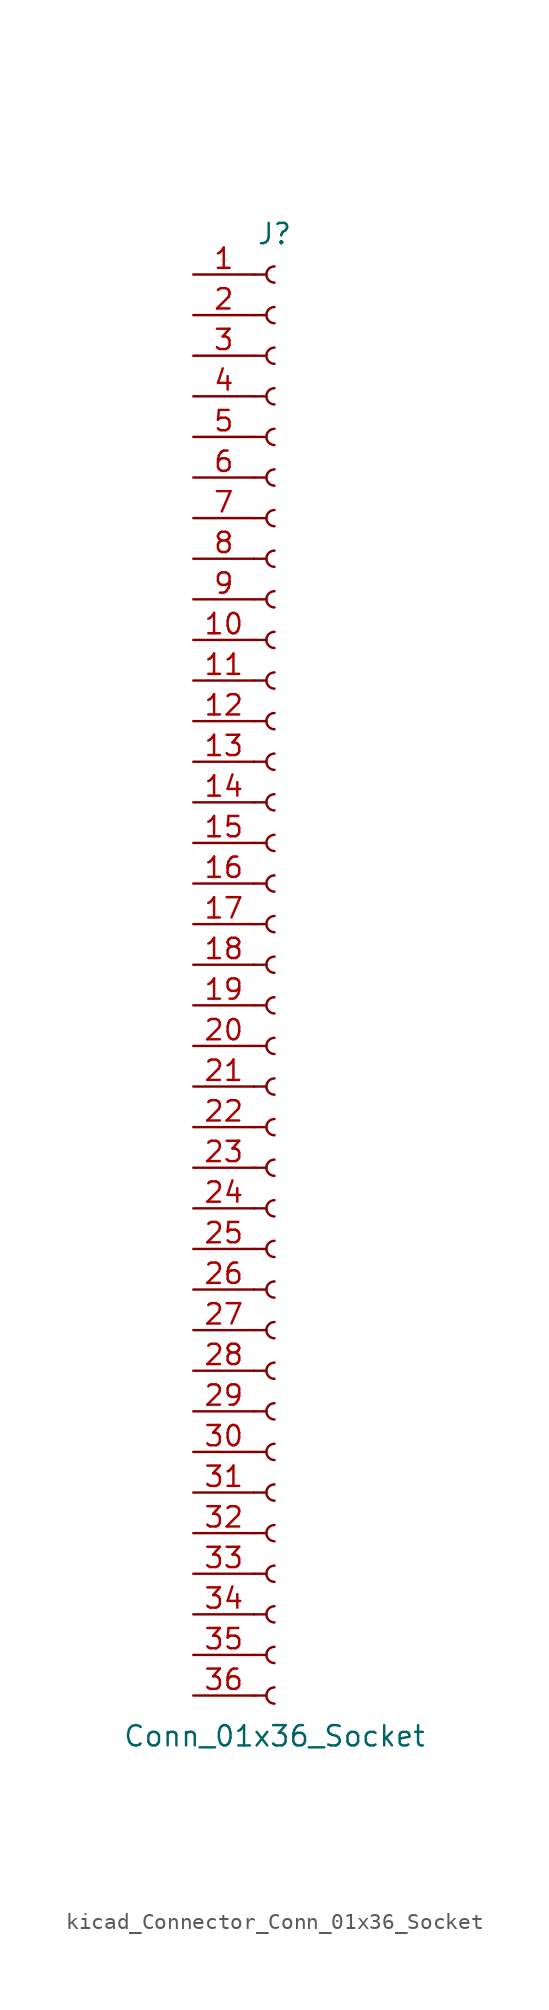
<source format=kicad_sym>
(kicad_symbol_lib
  (version 20220914)
  (generator kicad_symbol_editor)
  (symbol "kicad_Connector_Conn_01x36_Socket"
    (pin_names
      (offset 1.016) hide)
    (property "Reference" "J"
      (at 0 45.72 0)
      (effects (font (size 1.27 1.27))))
    (property "Value" "Conn_01x36_Socket"
      (at 0 -48.26 0)
      (effects (font (size 1.27 1.27))))
    (property "ki_locked" ""
      (at 0 0 0)
      (effects (font (size 1.27 1.27))))
    (symbol "kicad_Connector_Conn_01x36_Socket_1_1"
      (arc (start 0 -45.212) (mid -0.5058 -45.72) (end 0 -46.228) (stroke (width 0.1524) (type default)) (fill (type none)))
      (arc (start 0 -42.672) (mid -0.5058 -43.18) (end 0 -43.688) (stroke (width 0.1524) (type default)) (fill (type none)))
      (arc (start 0 -40.132) (mid -0.5058 -40.64) (end 0 -41.148) (stroke (width 0.1524) (type default)) (fill (type none)))
      (arc (start 0 -37.592) (mid -0.5058 -38.1) (end 0 -38.608) (stroke (width 0.1524) (type default)) (fill (type none)))
      (arc (start 0 -35.052) (mid -0.5058 -35.56) (end 0 -36.068) (stroke (width 0.1524) (type default)) (fill (type none)))
      (arc (start 0 -32.512) (mid -0.5058 -33.02) (end 0 -33.528) (stroke (width 0.1524) (type default)) (fill (type none)))
      (arc (start 0 -29.972) (mid -0.5058 -30.48) (end 0 -30.988) (stroke (width 0.1524) (type default)) (fill (type none)))
      (arc (start 0 -27.432) (mid -0.5058 -27.94) (end 0 -28.448) (stroke (width 0.1524) (type default)) (fill (type none)))
      (arc (start 0 -24.892) (mid -0.5058 -25.4) (end 0 -25.908) (stroke (width 0.1524) (type default)) (fill (type none)))
      (arc (start 0 -22.352) (mid -0.5058 -22.86) (end 0 -23.368) (stroke (width 0.1524) (type default)) (fill (type none)))
      (arc (start 0 -19.812) (mid -0.5058 -20.32) (end 0 -20.828) (stroke (width 0.1524) (type default)) (fill (type none)))
      (arc (start 0 -17.272) (mid -0.5058 -17.78) (end 0 -18.288) (stroke (width 0.1524) (type default)) (fill (type none)))
      (arc (start 0 -14.732) (mid -0.5058 -15.24) (end 0 -15.748) (stroke (width 0.1524) (type default)) (fill (type none)))
      (arc (start 0 -12.192) (mid -0.5058 -12.7) (end 0 -13.208) (stroke (width 0.1524) (type default)) (fill (type none)))
      (arc (start 0 -9.652) (mid -0.5058 -10.16) (end 0 -10.668) (stroke (width 0.1524) (type default)) (fill (type none)))
      (arc (start 0 -7.112) (mid -0.5058 -7.62) (end 0 -8.128) (stroke (width 0.1524) (type default)) (fill (type none)))
      (arc (start 0 -4.572) (mid -0.5058 -5.08) (end 0 -5.588) (stroke (width 0.1524) (type default)) (fill (type none)))
      (arc (start 0 -2.032) (mid -0.5058 -2.54) (end 0 -3.048) (stroke (width 0.1524) (type default)) (fill (type none)))
      (polyline (pts (xy -1.27 -45.72) (xy -0.508 -45.72)) (stroke (width 0.152) (type default)) (fill (type none)))
      (polyline (pts (xy -1.27 -43.18) (xy -0.508 -43.18)) (stroke (width 0.152) (type default)) (fill (type none)))
      (polyline (pts (xy -1.27 -40.64) (xy -0.508 -40.64)) (stroke (width 0.152) (type default)) (fill (type none)))
      (polyline (pts (xy -1.27 -38.1) (xy -0.508 -38.1)) (stroke (width 0.152) (type default)) (fill (type none)))
      (polyline (pts (xy -1.27 -35.56) (xy -0.508 -35.56)) (stroke (width 0.152) (type default)) (fill (type none)))
      (polyline (pts (xy -1.27 -33.02) (xy -0.508 -33.02)) (stroke (width 0.152) (type default)) (fill (type none)))
      (polyline (pts (xy -1.27 -30.48) (xy -0.508 -30.48)) (stroke (width 0.152) (type default)) (fill (type none)))
      (polyline (pts (xy -1.27 -27.94) (xy -0.508 -27.94)) (stroke (width 0.152) (type default)) (fill (type none)))
      (polyline (pts (xy -1.27 -25.4) (xy -0.508 -25.4)) (stroke (width 0.152) (type default)) (fill (type none)))
      (polyline (pts (xy -1.27 -22.86) (xy -0.508 -22.86)) (stroke (width 0.152) (type default)) (fill (type none)))
      (polyline (pts (xy -1.27 -20.32) (xy -0.508 -20.32)) (stroke (width 0.152) (type default)) (fill (type none)))
      (polyline (pts (xy -1.27 -17.78) (xy -0.508 -17.78)) (stroke (width 0.152) (type default)) (fill (type none)))
      (polyline (pts (xy -1.27 -15.24) (xy -0.508 -15.24)) (stroke (width 0.152) (type default)) (fill (type none)))
      (polyline (pts (xy -1.27 -12.7) (xy -0.508 -12.7)) (stroke (width 0.152) (type default)) (fill (type none)))
      (polyline (pts (xy -1.27 -10.16) (xy -0.508 -10.16)) (stroke (width 0.152) (type default)) (fill (type none)))
      (polyline (pts (xy -1.27 -7.62) (xy -0.508 -7.62)) (stroke (width 0.152) (type default)) (fill (type none)))
      (polyline (pts (xy -1.27 -5.08) (xy -0.508 -5.08)) (stroke (width 0.152) (type default)) (fill (type none)))
      (polyline (pts (xy -1.27 -2.54) (xy -0.508 -2.54)) (stroke (width 0.152) (type default)) (fill (type none)))
      (polyline (pts (xy -1.27 0) (xy -0.508 0)) (stroke (width 0.152) (type default)) (fill (type none)))
      (polyline (pts (xy -1.27 2.54) (xy -0.508 2.54)) (stroke (width 0.152) (type default)) (fill (type none)))
      (polyline (pts (xy -1.27 5.08) (xy -0.508 5.08)) (stroke (width 0.152) (type default)) (fill (type none)))
      (polyline (pts (xy -1.27 7.62) (xy -0.508 7.62)) (stroke (width 0.152) (type default)) (fill (type none)))
      (polyline (pts (xy -1.27 10.16) (xy -0.508 10.16)) (stroke (width 0.152) (type default)) (fill (type none)))
      (polyline (pts (xy -1.27 12.7) (xy -0.508 12.7)) (stroke (width 0.152) (type default)) (fill (type none)))
      (polyline (pts (xy -1.27 15.24) (xy -0.508 15.24)) (stroke (width 0.152) (type default)) (fill (type none)))
      (polyline (pts (xy -1.27 17.78) (xy -0.508 17.78)) (stroke (width 0.152) (type default)) (fill (type none)))
      (polyline (pts (xy -1.27 20.32) (xy -0.508 20.32)) (stroke (width 0.152) (type default)) (fill (type none)))
      (polyline (pts (xy -1.27 22.86) (xy -0.508 22.86)) (stroke (width 0.152) (type default)) (fill (type none)))
      (polyline (pts (xy -1.27 25.4) (xy -0.508 25.4)) (stroke (width 0.152) (type default)) (fill (type none)))
      (polyline (pts (xy -1.27 27.94) (xy -0.508 27.94)) (stroke (width 0.152) (type default)) (fill (type none)))
      (polyline (pts (xy -1.27 30.48) (xy -0.508 30.48)) (stroke (width 0.152) (type default)) (fill (type none)))
      (polyline (pts (xy -1.27 33.02) (xy -0.508 33.02)) (stroke (width 0.152) (type default)) (fill (type none)))
      (polyline (pts (xy -1.27 35.56) (xy -0.508 35.56)) (stroke (width 0.152) (type default)) (fill (type none)))
      (polyline (pts (xy -1.27 38.1) (xy -0.508 38.1)) (stroke (width 0.152) (type default)) (fill (type none)))
      (polyline (pts (xy -1.27 40.64) (xy -0.508 40.64)) (stroke (width 0.152) (type default)) (fill (type none)))
      (polyline (pts (xy -1.27 43.18) (xy -0.508 43.18)) (stroke (width 0.152) (type default)) (fill (type none)))
      (arc (start 0 0.508) (mid -0.5058 0) (end 0 -0.508) (stroke (width 0.1524) (type default)) (fill (type none)))
      (arc (start 0 3.048) (mid -0.5058 2.54) (end 0 2.032) (stroke (width 0.1524) (type default)) (fill (type none)))
      (arc (start 0 5.588) (mid -0.5058 5.08) (end 0 4.572) (stroke (width 0.1524) (type default)) (fill (type none)))
      (arc (start 0 8.128) (mid -0.5058 7.62) (end 0 7.112) (stroke (width 0.1524) (type default)) (fill (type none)))
      (arc (start 0 10.668) (mid -0.5058 10.16) (end 0 9.652) (stroke (width 0.1524) (type default)) (fill (type none)))
      (arc (start 0 13.208) (mid -0.5058 12.7) (end 0 12.192) (stroke (width 0.1524) (type default)) (fill (type none)))
      (arc (start 0 15.748) (mid -0.5058 15.24) (end 0 14.732) (stroke (width 0.1524) (type default)) (fill (type none)))
      (arc (start 0 18.288) (mid -0.5058 17.78) (end 0 17.272) (stroke (width 0.1524) (type default)) (fill (type none)))
      (arc (start 0 20.828) (mid -0.5058 20.32) (end 0 19.812) (stroke (width 0.1524) (type default)) (fill (type none)))
      (arc (start 0 23.368) (mid -0.5058 22.86) (end 0 22.352) (stroke (width 0.1524) (type default)) (fill (type none)))
      (arc (start 0 25.908) (mid -0.5058 25.4) (end 0 24.892) (stroke (width 0.1524) (type default)) (fill (type none)))
      (arc (start 0 28.448) (mid -0.5058 27.94) (end 0 27.432) (stroke (width 0.1524) (type default)) (fill (type none)))
      (arc (start 0 30.988) (mid -0.5058 30.48) (end 0 29.972) (stroke (width 0.1524) (type default)) (fill (type none)))
      (arc (start 0 33.528) (mid -0.5058 33.02) (end 0 32.512) (stroke (width 0.1524) (type default)) (fill (type none)))
      (arc (start 0 36.068) (mid -0.5058 35.56) (end 0 35.052) (stroke (width 0.1524) (type default)) (fill (type none)))
      (arc (start 0 38.608) (mid -0.5058 38.1) (end 0 37.592) (stroke (width 0.1524) (type default)) (fill (type none)))
      (arc (start 0 41.148) (mid -0.5058 40.64) (end 0 40.132) (stroke (width 0.1524) (type default)) (fill (type none)))
      (arc (start 0 43.688) (mid -0.5058 43.18) (end 0 42.672) (stroke (width 0.1524) (type default)) (fill (type none)))
      (pin passive line (at -5.08 43.18 0) (length 3.81) (name "Pin_1" (effects (font (size 1.27 1.27)))) (number "1" (effects (font (size 1.27 1.27)))))
      (pin passive line (at -5.08 20.32 0) (length 3.81) (name "Pin_10" (effects (font (size 1.27 1.27)))) (number "10" (effects (font (size 1.27 1.27)))))
      (pin passive line (at -5.08 17.78 0) (length 3.81) (name "Pin_11" (effects (font (size 1.27 1.27)))) (number "11" (effects (font (size 1.27 1.27)))))
      (pin passive line (at -5.08 15.24 0) (length 3.81) (name "Pin_12" (effects (font (size 1.27 1.27)))) (number "12" (effects (font (size 1.27 1.27)))))
      (pin passive line (at -5.08 12.7 0) (length 3.81) (name "Pin_13" (effects (font (size 1.27 1.27)))) (number "13" (effects (font (size 1.27 1.27)))))
      (pin passive line (at -5.08 10.16 0) (length 3.81) (name "Pin_14" (effects (font (size 1.27 1.27)))) (number "14" (effects (font (size 1.27 1.27)))))
      (pin passive line (at -5.08 7.62 0) (length 3.81) (name "Pin_15" (effects (font (size 1.27 1.27)))) (number "15" (effects (font (size 1.27 1.27)))))
      (pin passive line (at -5.08 5.08 0) (length 3.81) (name "Pin_16" (effects (font (size 1.27 1.27)))) (number "16" (effects (font (size 1.27 1.27)))))
      (pin passive line (at -5.08 2.54 0) (length 3.81) (name "Pin_17" (effects (font (size 1.27 1.27)))) (number "17" (effects (font (size 1.27 1.27)))))
      (pin passive line (at -5.08 0 0) (length 3.81) (name "Pin_18" (effects (font (size 1.27 1.27)))) (number "18" (effects (font (size 1.27 1.27)))))
      (pin passive line (at -5.08 -2.54 0) (length 3.81) (name "Pin_19" (effects (font (size 1.27 1.27)))) (number "19" (effects (font (size 1.27 1.27)))))
      (pin passive line (at -5.08 40.64 0) (length 3.81) (name "Pin_2" (effects (font (size 1.27 1.27)))) (number "2" (effects (font (size 1.27 1.27)))))
      (pin passive line (at -5.08 -5.08 0) (length 3.81) (name "Pin_20" (effects (font (size 1.27 1.27)))) (number "20" (effects (font (size 1.27 1.27)))))
      (pin passive line (at -5.08 -7.62 0) (length 3.81) (name "Pin_21" (effects (font (size 1.27 1.27)))) (number "21" (effects (font (size 1.27 1.27)))))
      (pin passive line (at -5.08 -10.16 0) (length 3.81) (name "Pin_22" (effects (font (size 1.27 1.27)))) (number "22" (effects (font (size 1.27 1.27)))))
      (pin passive line (at -5.08 -12.7 0) (length 3.81) (name "Pin_23" (effects (font (size 1.27 1.27)))) (number "23" (effects (font (size 1.27 1.27)))))
      (pin passive line (at -5.08 -15.24 0) (length 3.81) (name "Pin_24" (effects (font (size 1.27 1.27)))) (number "24" (effects (font (size 1.27 1.27)))))
      (pin passive line (at -5.08 -17.78 0) (length 3.81) (name "Pin_25" (effects (font (size 1.27 1.27)))) (number "25" (effects (font (size 1.27 1.27)))))
      (pin passive line (at -5.08 -20.32 0) (length 3.81) (name "Pin_26" (effects (font (size 1.27 1.27)))) (number "26" (effects (font (size 1.27 1.27)))))
      (pin passive line (at -5.08 -22.86 0) (length 3.81) (name "Pin_27" (effects (font (size 1.27 1.27)))) (number "27" (effects (font (size 1.27 1.27)))))
      (pin passive line (at -5.08 -25.4 0) (length 3.81) (name "Pin_28" (effects (font (size 1.27 1.27)))) (number "28" (effects (font (size 1.27 1.27)))))
      (pin passive line (at -5.08 -27.94 0) (length 3.81) (name "Pin_29" (effects (font (size 1.27 1.27)))) (number "29" (effects (font (size 1.27 1.27)))))
      (pin passive line (at -5.08 38.1 0) (length 3.81) (name "Pin_3" (effects (font (size 1.27 1.27)))) (number "3" (effects (font (size 1.27 1.27)))))
      (pin passive line (at -5.08 -30.48 0) (length 3.81) (name "Pin_30" (effects (font (size 1.27 1.27)))) (number "30" (effects (font (size 1.27 1.27)))))
      (pin passive line (at -5.08 -33.02 0) (length 3.81) (name "Pin_31" (effects (font (size 1.27 1.27)))) (number "31" (effects (font (size 1.27 1.27)))))
      (pin passive line (at -5.08 -35.56 0) (length 3.81) (name "Pin_32" (effects (font (size 1.27 1.27)))) (number "32" (effects (font (size 1.27 1.27)))))
      (pin passive line (at -5.08 -38.1 0) (length 3.81) (name "Pin_33" (effects (font (size 1.27 1.27)))) (number "33" (effects (font (size 1.27 1.27)))))
      (pin passive line (at -5.08 -40.64 0) (length 3.81) (name "Pin_34" (effects (font (size 1.27 1.27)))) (number "34" (effects (font (size 1.27 1.27)))))
      (pin passive line (at -5.08 -43.18 0) (length 3.81) (name "Pin_35" (effects (font (size 1.27 1.27)))) (number "35" (effects (font (size 1.27 1.27)))))
      (pin passive line (at -5.08 -45.72 0) (length 3.81) (name "Pin_36" (effects (font (size 1.27 1.27)))) (number "36" (effects (font (size 1.27 1.27)))))
      (pin passive line (at -5.08 35.56 0) (length 3.81) (name "Pin_4" (effects (font (size 1.27 1.27)))) (number "4" (effects (font (size 1.27 1.27)))))
      (pin passive line (at -5.08 33.02 0) (length 3.81) (name "Pin_5" (effects (font (size 1.27 1.27)))) (number "5" (effects (font (size 1.27 1.27)))))
      (pin passive line (at -5.08 30.48 0) (length 3.81) (name "Pin_6" (effects (font (size 1.27 1.27)))) (number "6" (effects (font (size 1.27 1.27)))))
      (pin passive line (at -5.08 27.94 0) (length 3.81) (name "Pin_7" (effects (font (size 1.27 1.27)))) (number "7" (effects (font (size 1.27 1.27)))))
      (pin passive line (at -5.08 25.4 0) (length 3.81) (name "Pin_8" (effects (font (size 1.27 1.27)))) (number "8" (effects (font (size 1.27 1.27)))))
      (pin passive line (at -5.08 22.86 0) (length 3.81) (name "Pin_9" (effects (font (size 1.27 1.27)))) (number "9" (effects (font (size 1.27 1.27))))))))
</source>
